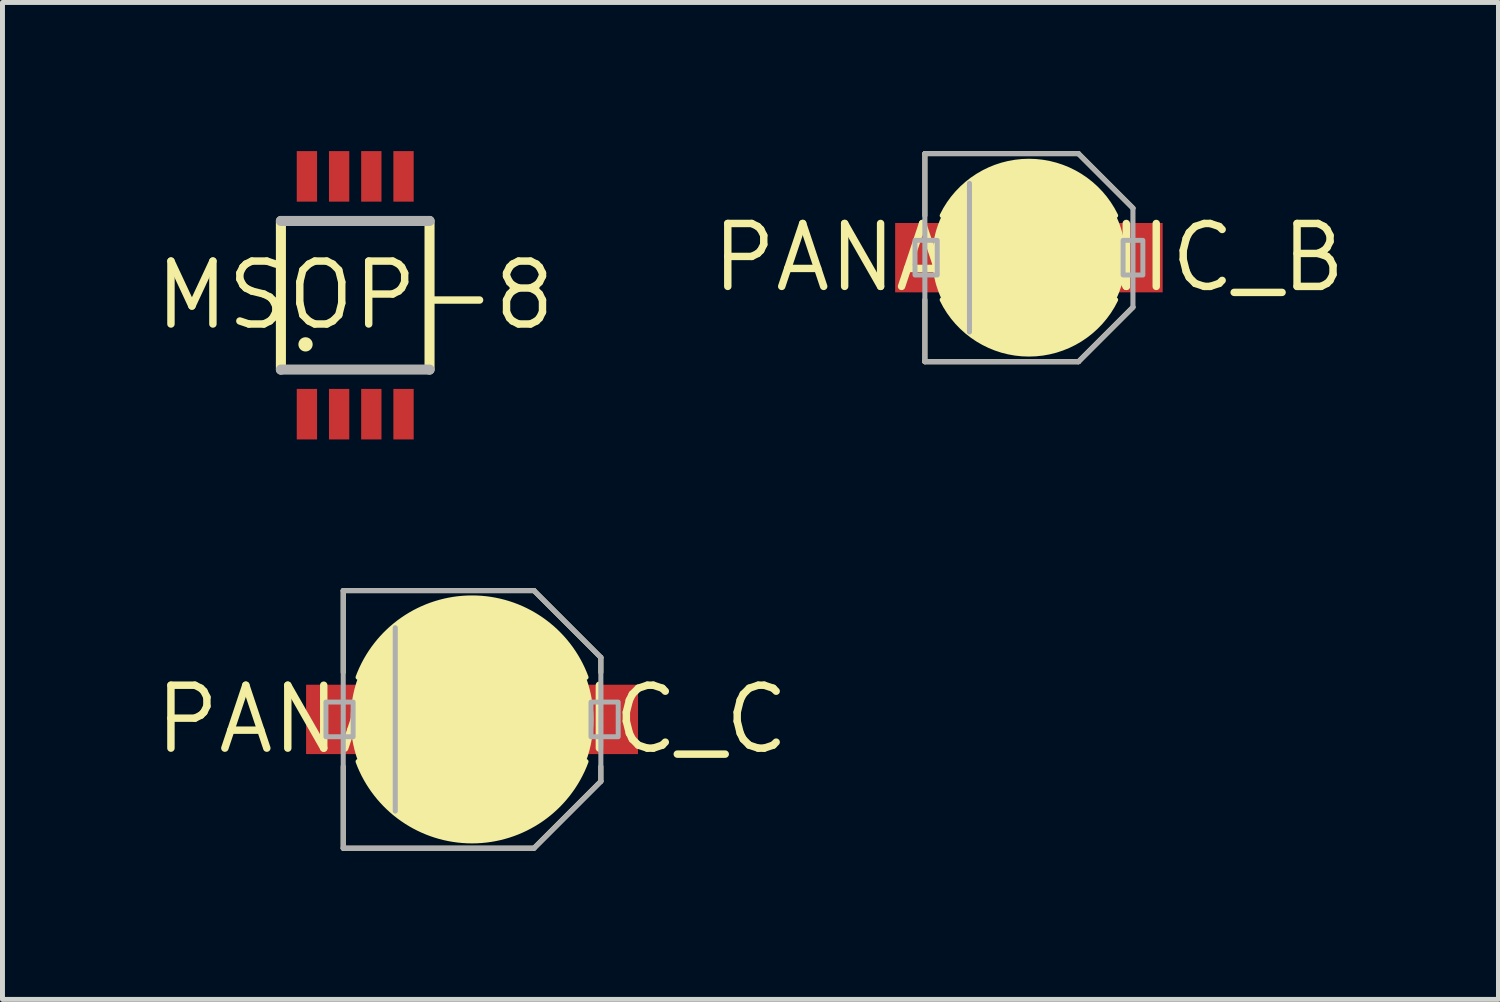
<source format=kicad_pcb>
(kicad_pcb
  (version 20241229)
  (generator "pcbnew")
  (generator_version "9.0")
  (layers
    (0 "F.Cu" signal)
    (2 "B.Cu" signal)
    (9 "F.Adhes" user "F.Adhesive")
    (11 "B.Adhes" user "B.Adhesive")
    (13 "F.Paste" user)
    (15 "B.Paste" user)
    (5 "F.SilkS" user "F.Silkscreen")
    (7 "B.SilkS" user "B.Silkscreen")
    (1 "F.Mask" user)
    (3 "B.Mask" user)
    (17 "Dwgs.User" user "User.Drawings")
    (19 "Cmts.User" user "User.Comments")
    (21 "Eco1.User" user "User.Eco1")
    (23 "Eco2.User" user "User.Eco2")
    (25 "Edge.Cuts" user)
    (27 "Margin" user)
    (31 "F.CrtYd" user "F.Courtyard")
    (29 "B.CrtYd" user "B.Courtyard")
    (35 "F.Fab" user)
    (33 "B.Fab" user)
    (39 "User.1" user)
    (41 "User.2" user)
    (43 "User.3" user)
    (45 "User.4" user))
  (footprint "PANASONIC_C"
    (layer "F.Cu")
    (at 6.478 11.471)
    (property "Reference" "PANASONIC_C" (at 0 0 0) (layer "F.SilkS") (effects (font (size 1.27 1.27) (thickness 0.15))))
    (fp_poly (pts (xy -3.35 -0.7) (xy -0.75 -0.7) (xy -0.75 0.7) (xy -3.35 0.7)) (stroke (width 0) (type default)) (fill yes) (layer "F.Mask"))
    (fp_poly (pts (xy 0.75 -0.7) (xy 3.35 -0.7) (xy 3.35 0.7) (xy 0.75 0.7)) (stroke (width 0) (type default)) (fill yes) (layer "F.Mask"))
    (fp_line (start -2.6 -2.6) (end 1.25 -2.6) (stroke (width 0.102) (type solid)) (layer "F.SilkS"))
    (fp_line (start -2.6 -0.95) (end -2.6 -2.6) (stroke (width 0.102) (type solid)) (layer "F.SilkS"))
    (fp_line (start -2.6 2.6) (end -2.6 0.95) (stroke (width 0.102) (type solid)) (layer "F.SilkS"))
    (fp_line (start 1.25 -2.6) (end 2.6 -1.25) (stroke (width 0.102) (type solid)) (layer "F.SilkS"))
    (fp_line (start 1.25 2.6) (end -2.6 2.6) (stroke (width 0.102) (type solid)) (layer "F.SilkS"))
    (fp_line (start 2.6 -1.25) (end 2.6 -0.95) (stroke (width 0.102) (type solid)) (layer "F.SilkS"))
    (fp_line (start 2.6 0.95) (end 2.6 1.25) (stroke (width 0.102) (type solid)) (layer "F.SilkS"))
    (fp_line (start 2.6 1.25) (end 1.25 2.6) (stroke (width 0.102) (type solid)) (layer "F.SilkS"))
    (fp_arc (start -2.3 -0.850001) (mid 0 -2.451525) (end 2.3 -0.85) (stroke (width 0.102) (type solid)) (layer "F.SilkS"))
    (fp_arc (start 2.3 0.850001) (mid 0 2.451531) (end -2.3 0.85) (stroke (width 0.102) (type solid)) (layer "F.SilkS"))
    (fp_circle (center 0 0) (end 1.225 0) (stroke (width 2.45) (type solid)) (fill yes) (layer "F.SilkS"))
    (fp_poly (pts (xy -3.35 -0.7) (xy -0.75 -0.7) (xy -0.75 0.7) (xy -3.35 0.7)) (stroke (width 0) (type default)) (fill yes) (layer "F.Paste"))
    (fp_poly (pts (xy 0.75 -0.7) (xy 3.35 -0.7) (xy 3.35 0.7) (xy 0.75 0.7)) (stroke (width 0) (type default)) (fill yes) (layer "F.Paste"))
    (fp_line (start -2.6 -2.6) (end 1.25 -2.6) (stroke (width 0.102) (type solid)) (layer "F.Fab"))
    (fp_line (start -2.6 2.6) (end -2.6 -2.6) (stroke (width 0.102) (type solid)) (layer "F.Fab"))
    (fp_line (start -1.55 -1.85) (end -1.55 1.85) (stroke (width 0.102) (type solid)) (layer "F.Fab"))
    (fp_line (start 1.25 -2.6) (end 2.6 -1.25) (stroke (width 0.102) (type solid)) (layer "F.Fab"))
    (fp_line (start 1.25 2.6) (end -2.6 2.6) (stroke (width 0.102) (type solid)) (layer "F.Fab"))
    (fp_line (start 2.6 -1.25) (end 2.6 1.25) (stroke (width 0.102) (type solid)) (layer "F.Fab"))
    (fp_line (start 2.6 1.25) (end 1.25 2.6) (stroke (width 0.102) (type solid)) (layer "F.Fab"))
    (fp_poly (pts (xy -2.4 -0.35) (xy -2.949 -0.35) (xy -2.949 0.35) (xy -2.4 0.35)) (stroke (width 0.1) (type default)) (fill no) (layer "F.Fab"))
    (fp_poly (pts (xy 2.95 -0.35) (xy 2.401 -0.35) (xy 2.401 0.35) (xy 2.95 0.35)) (stroke (width 0.1) (type default)) (fill no) (layer "F.Fab"))
    (pad "+" smd rect (at 2.05 0) (size 2.6 1.4) (layers "F.Cu"))
    (pad "-" smd rect (at -2.05 0) (size 2.6 1.4) (layers "F.Cu")))
  (footprint "MSOP-8"
    (layer "F.Cu")
    (at 4.12 2.91)
    (property "Reference" "MSOP-8" (at 0 0 0) (layer "F.SilkS") (effects (font (size 1.27 1.27) (thickness 0.15))))
    (fp_poly (pts (xy -1.18 -2.91) (xy -0.77 -2.91) (xy -0.77 -1.89) (xy -1.18 -1.89)) (stroke (width 0) (type default)) (fill yes) (layer "F.Mask"))
    (fp_poly (pts (xy -1.18 1.89) (xy -0.77 1.89) (xy -0.77 2.91) (xy -1.18 2.91)) (stroke (width 0) (type default)) (fill yes) (layer "F.Mask"))
    (fp_poly (pts (xy -0.53 -2.91) (xy -0.12 -2.91) (xy -0.12 -1.89) (xy -0.53 -1.89)) (stroke (width 0) (type default)) (fill yes) (layer "F.Mask"))
    (fp_poly (pts (xy -0.53 1.89) (xy -0.12 1.89) (xy -0.12 2.91) (xy -0.53 2.91)) (stroke (width 0) (type default)) (fill yes) (layer "F.Mask"))
    (fp_poly (pts (xy 0.12 -2.91) (xy 0.53 -2.91) (xy 0.53 -1.89) (xy 0.12 -1.89)) (stroke (width 0) (type default)) (fill yes) (layer "F.Mask"))
    (fp_poly (pts (xy 0.12 1.89) (xy 0.53 1.89) (xy 0.53 2.91) (xy 0.12 2.91)) (stroke (width 0) (type default)) (fill yes) (layer "F.Mask"))
    (fp_poly (pts (xy 0.77 -2.91) (xy 1.18 -2.91) (xy 1.18 -1.89) (xy 0.77 -1.89)) (stroke (width 0) (type default)) (fill yes) (layer "F.Mask"))
    (fp_poly (pts (xy 0.77 1.89) (xy 1.18 1.89) (xy 1.18 2.91) (xy 0.77 2.91)) (stroke (width 0) (type default)) (fill yes) (layer "F.Mask"))
    (fp_line (start -1.5 -1.5) (end -1.5 1.5) (stroke (width 0.203) (type solid)) (layer "F.SilkS"))
    (fp_line (start 1.5 1.5) (end 1.5 -1.5) (stroke (width 0.203) (type solid)) (layer "F.SilkS"))
    (fp_circle (center -1.003 0.991) (end -0.931 0.991) (stroke (width 0.144) (type solid)) (fill yes) (layer "F.SilkS"))
    (fp_poly (pts (xy -1.18 -2.91) (xy -0.77 -2.91) (xy -0.77 -1.89) (xy -1.18 -1.89)) (stroke (width 0) (type default)) (fill yes) (layer "F.Paste"))
    (fp_poly (pts (xy -1.18 1.89) (xy -0.77 1.89) (xy -0.77 2.91) (xy -1.18 2.91)) (stroke (width 0) (type default)) (fill yes) (layer "F.Paste"))
    (fp_poly (pts (xy -0.53 -2.91) (xy -0.12 -2.91) (xy -0.12 -1.89) (xy -0.53 -1.89)) (stroke (width 0) (type default)) (fill yes) (layer "F.Paste"))
    (fp_poly (pts (xy -0.53 1.89) (xy -0.12 1.89) (xy -0.12 2.91) (xy -0.53 2.91)) (stroke (width 0) (type default)) (fill yes) (layer "F.Paste"))
    (fp_poly (pts (xy 0.12 -2.91) (xy 0.53 -2.91) (xy 0.53 -1.89) (xy 0.12 -1.89)) (stroke (width 0) (type default)) (fill yes) (layer "F.Paste"))
    (fp_poly (pts (xy 0.12 1.89) (xy 0.53 1.89) (xy 0.53 2.91) (xy 0.12 2.91)) (stroke (width 0) (type default)) (fill yes) (layer "F.Paste"))
    (fp_poly (pts (xy 0.77 -2.91) (xy 1.18 -2.91) (xy 1.18 -1.89) (xy 0.77 -1.89)) (stroke (width 0) (type default)) (fill yes) (layer "F.Paste"))
    (fp_poly (pts (xy 0.77 1.89) (xy 1.18 1.89) (xy 1.18 2.91) (xy 0.77 2.91)) (stroke (width 0) (type default)) (fill yes) (layer "F.Paste"))
    (fp_line (start -1.5 1.5) (end 1.5 1.5) (stroke (width 0.203) (type solid)) (layer "F.Fab"))
    (fp_line (start 1.5 -1.5) (end -1.5 -1.5) (stroke (width 0.203) (type solid)) (layer "F.Fab"))
    (pad "1" smd rect (at -0.975 2.4) (size 0.41 1.02) (layers "F.Cu"))
    (pad "2" smd rect (at -0.325 2.4) (size 0.41 1.02) (layers "F.Cu"))
    (pad "3" smd rect (at 0.325 2.4) (size 0.41 1.02) (layers "F.Cu"))
    (pad "4" smd rect (at 0.975 2.4) (size 0.41 1.02) (layers "F.Cu"))
    (pad "5" smd rect (at 0.975 -2.4) (size 0.41 1.02) (layers "F.Cu"))
    (pad "6" smd rect (at 0.325 -2.4) (size 0.41 1.02) (layers "F.Cu"))
    (pad "7" smd rect (at -0.325 -2.4) (size 0.41 1.02) (layers "F.Cu"))
    (pad "8" smd rect (at -0.975 -2.4) (size 0.41 1.02) (layers "F.Cu")))
  (footprint "PANASONIC_B"
    (layer "F.Cu")
    (at 17.718 2.151)
    (property "Reference" "PANASONIC_B" (at 0 0 0) (layer "F.SilkS") (effects (font (size 1.27 1.27) (thickness 0.15))))
    (fp_poly (pts (xy -2.7 -0.7) (xy -0.5 -0.7) (xy -0.5 0.7) (xy -2.7 0.7)) (stroke (width 0) (type default)) (fill yes) (layer "F.Mask"))
    (fp_poly (pts (xy 0.5 -0.7) (xy 2.7 -0.7) (xy 2.7 0.7) (xy 0.5 0.7)) (stroke (width 0) (type default)) (fill yes) (layer "F.Mask"))
    (fp_line (start -2.1 -2.1) (end 1 -2.1) (stroke (width 0.102) (type solid)) (layer "F.SilkS"))
    (fp_line (start -2.1 -0.85) (end -2.1 -2.1) (stroke (width 0.102) (type solid)) (layer "F.SilkS"))
    (fp_line (start -2.1 2.1) (end -2.1 0.85) (stroke (width 0.102) (type solid)) (layer "F.SilkS"))
    (fp_line (start 1 -2.1) (end 2.1 -1) (stroke (width 0.102) (type solid)) (layer "F.SilkS"))
    (fp_line (start 1 2.1) (end -2.1 2.1) (stroke (width 0.102) (type solid)) (layer "F.SilkS"))
    (fp_line (start 2.1 1) (end 1 2.1) (stroke (width 0.102) (type solid)) (layer "F.SilkS"))
    (fp_arc (start -1.749999 -0.850001) (mid 0.000001 -1.945273) (end 1.75 -0.85) (stroke (width 0.102) (type solid)) (layer "F.SilkS"))
    (fp_arc (start 1.75 0.85) (mid 0 1.945279) (end -1.75 0.85) (stroke (width 0.102) (type solid)) (layer "F.SilkS"))
    (fp_circle (center 0 0) (end 0.975 0) (stroke (width 1.95) (type solid)) (fill yes) (layer "F.SilkS"))
    (fp_poly (pts (xy -2.7 -0.7) (xy -0.5 -0.7) (xy -0.5 0.7) (xy -2.7 0.7)) (stroke (width 0) (type default)) (fill yes) (layer "F.Paste"))
    (fp_poly (pts (xy 0.5 -0.7) (xy 2.7 -0.7) (xy 2.7 0.7) (xy 0.5 0.7)) (stroke (width 0) (type default)) (fill yes) (layer "F.Paste"))
    (fp_line (start -2.1 -2.1) (end 1 -2.1) (stroke (width 0.102) (type solid)) (layer "F.Fab"))
    (fp_line (start -2.1 2.1) (end -2.1 -2.1) (stroke (width 0.102) (type solid)) (layer "F.Fab"))
    (fp_line (start -1.2 -1.5) (end -1.2 1.5) (stroke (width 0.102) (type solid)) (layer "F.Fab"))
    (fp_line (start 1 -2.1) (end 2.1 -1) (stroke (width 0.102) (type solid)) (layer "F.Fab"))
    (fp_line (start 1 2.1) (end -2.1 2.1) (stroke (width 0.102) (type solid)) (layer "F.Fab"))
    (fp_line (start 2.1 -1) (end 2.1 1) (stroke (width 0.102) (type solid)) (layer "F.Fab"))
    (fp_line (start 2.1 1) (end 1 2.1) (stroke (width 0.102) (type solid)) (layer "F.Fab"))
    (fp_poly (pts (xy -1.85 -0.35) (xy -2.299 -0.35) (xy -2.299 0.35) (xy -1.85 0.35)) (stroke (width 0.1) (type default)) (fill no) (layer "F.Fab"))
    (fp_poly (pts (xy 2.3 -0.35) (xy 1.901 -0.35) (xy 1.901 0.35) (xy 2.3 0.35)) (stroke (width 0.1) (type default)) (fill no) (layer "F.Fab"))
    (pad "+" smd rect (at 1.6 0) (size 2.2 1.4) (layers "F.Cu"))
    (pad "-" smd rect (at -1.6 0) (size 2.2 1.4) (layers "F.Cu")))
  (gr_rect
    (start -3 -3)
    (end 27.196 17.122)
    (stroke (width 0.1) (type default))
    (fill no)
    (layer "Edge.Cuts")))
</source>
